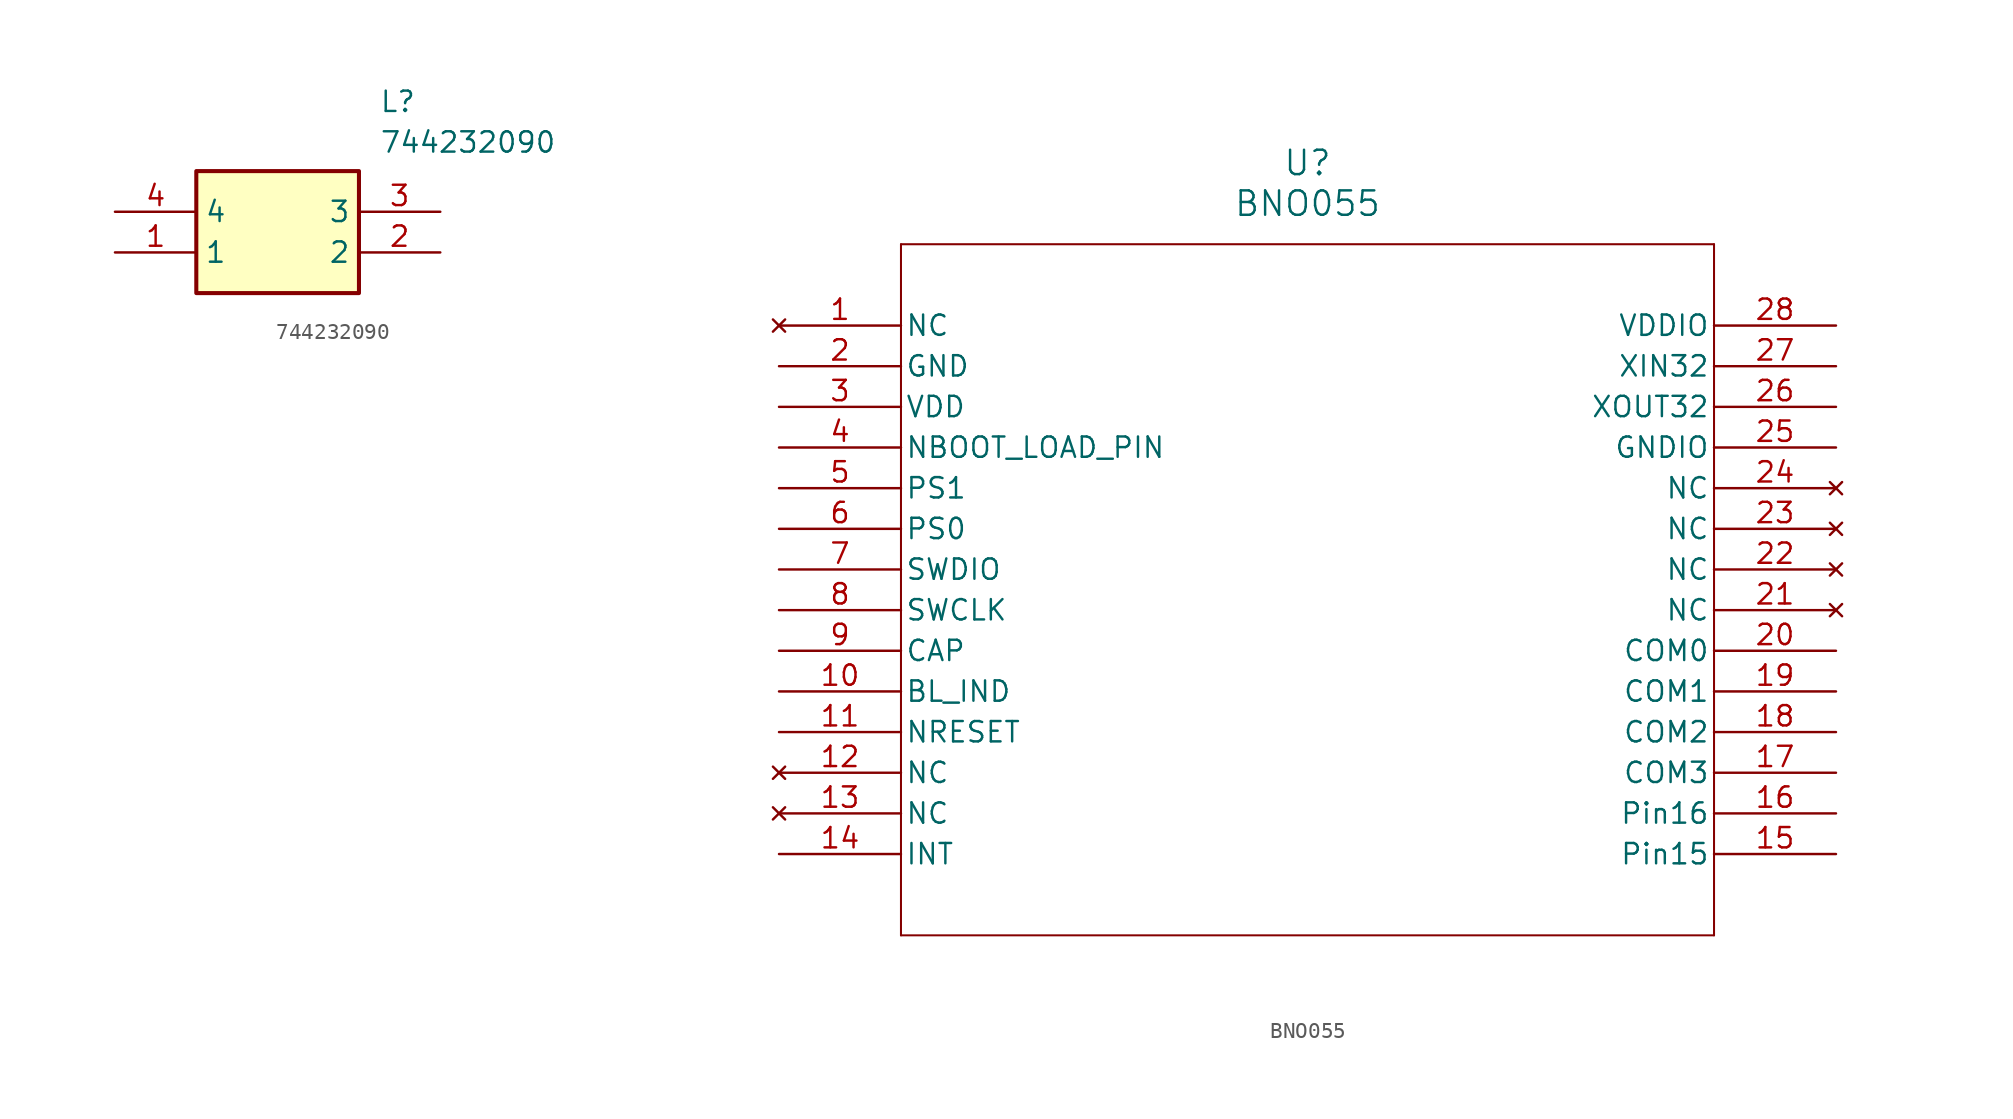
<source format=kicad_sym>
(kicad_symbol_lib
  (version 20220914)
  (generator kicad_symbol_editor)
  (symbol "744232090"
    (property "Reference" "L"
      (at 16.51 7.62 0)
      (effects (font (size 1.27 1.27)) (justify left top)))
    (property "Value" "744232090"
      (at 16.51 5.08 0)
      (effects (font (size 1.27 1.27)) (justify left top)))
    (symbol "744232090_1_1"
      (rectangle (start 5.08 2.54) (end 15.24 -5.08) (stroke (width 0.254) (type default)) (fill (type background)))
      (pin passive line (at 0 -2.54 0) (length 5.08) (name "1" (effects (font (size 1.27 1.27)))) (number "1" (effects (font (size 1.27 1.27)))))
      (pin passive line (at 20.32 -2.54 180) (length 5.08) (name "2" (effects (font (size 1.27 1.27)))) (number "2" (effects (font (size 1.27 1.27)))))
      (pin passive line (at 20.32 0 180) (length 5.08) (name "3" (effects (font (size 1.27 1.27)))) (number "3" (effects (font (size 1.27 1.27)))))
      (pin passive line (at 0 0 0) (length 5.08) (name "4" (effects (font (size 1.27 1.27)))) (number "4" (effects (font (size 1.27 1.27)))))))
  (symbol "BNO055"
    (pin_names
      (offset 0.254))
    (property "Reference" "U"
      (at 33.02 10.16 0)
      (effects (font (size 1.524 1.524))))
    (property "Value" "BNO055"
      (at 33.02 7.62 0)
      (effects (font (size 1.524 1.524))))
    (property "ki_locked" ""
      (at 0 0 0)
      (effects (font (size 1.27 1.27))))
    (symbol "BNO055_0_1"
      (polyline (pts (xy 7.62 -38.1) (xy 58.42 -38.1)) (stroke (width 0.127) (type default)) (fill (type none)))
      (polyline (pts (xy 7.62 5.08) (xy 7.62 -38.1)) (stroke (width 0.127) (type default)) (fill (type none)))
      (polyline (pts (xy 58.42 -38.1) (xy 58.42 5.08)) (stroke (width 0.127) (type default)) (fill (type none)))
      (polyline (pts (xy 58.42 5.08) (xy 7.62 5.08)) (stroke (width 0.127) (type default)) (fill (type none)))
      (pin no_connect line (at 0 0 0) (length 7.62) (name "NC" (effects (font (size 1.27 1.27)))) (number "1" (effects (font (size 1.27 1.27)))))
      (pin output line (at 0 -22.86 0) (length 7.62) (name "BL_IND" (effects (font (size 1.27 1.27)))) (number "10" (effects (font (size 1.27 1.27)))))
      (pin unspecified line (at 0 -25.4 0) (length 7.62) (name "NRESET" (effects (font (size 1.27 1.27)))) (number "11" (effects (font (size 1.27 1.27)))))
      (pin no_connect line (at 0 -27.94 0) (length 7.62) (name "NC" (effects (font (size 1.27 1.27)))) (number "12" (effects (font (size 1.27 1.27)))))
      (pin no_connect line (at 0 -30.48 0) (length 7.62) (name "NC" (effects (font (size 1.27 1.27)))) (number "13" (effects (font (size 1.27 1.27)))))
      (pin output line (at 0 -33.02 0) (length 7.62) (name "INT" (effects (font (size 1.27 1.27)))) (number "14" (effects (font (size 1.27 1.27)))))
      (pin input line (at 66.04 -27.94 180) (length 7.62) (name "COM3" (effects (font (size 1.27 1.27)))) (number "17" (effects (font (size 1.27 1.27)))))
      (pin bidirectional line (at 66.04 -25.4 180) (length 7.62) (name "COM2" (effects (font (size 1.27 1.27)))) (number "18" (effects (font (size 1.27 1.27)))))
      (pin bidirectional line (at 66.04 -22.86 180) (length 7.62) (name "COM1" (effects (font (size 1.27 1.27)))) (number "19" (effects (font (size 1.27 1.27)))))
      (pin power_out line (at 0 -2.54 0) (length 7.62) (name "GND" (effects (font (size 1.27 1.27)))) (number "2" (effects (font (size 1.27 1.27)))))
      (pin bidirectional line (at 66.04 -20.32 180) (length 7.62) (name "COM0" (effects (font (size 1.27 1.27)))) (number "20" (effects (font (size 1.27 1.27)))))
      (pin no_connect line (at 66.04 -17.78 180) (length 7.62) (name "NC" (effects (font (size 1.27 1.27)))) (number "21" (effects (font (size 1.27 1.27)))))
      (pin no_connect line (at 66.04 -15.24 180) (length 7.62) (name "NC" (effects (font (size 1.27 1.27)))) (number "22" (effects (font (size 1.27 1.27)))))
      (pin no_connect line (at 66.04 -12.7 180) (length 7.62) (name "NC" (effects (font (size 1.27 1.27)))) (number "23" (effects (font (size 1.27 1.27)))))
      (pin no_connect line (at 66.04 -10.16 180) (length 7.62) (name "NC" (effects (font (size 1.27 1.27)))) (number "24" (effects (font (size 1.27 1.27)))))
      (pin output line (at 66.04 -5.08 180) (length 7.62) (name "XOUT32" (effects (font (size 1.27 1.27)))) (number "26" (effects (font (size 1.27 1.27)))))
      (pin input line (at 66.04 -2.54 180) (length 7.62) (name "XIN32" (effects (font (size 1.27 1.27)))) (number "27" (effects (font (size 1.27 1.27)))))
      (pin power_in line (at 66.04 0 180) (length 7.62) (name "VDDIO" (effects (font (size 1.27 1.27)))) (number "28" (effects (font (size 1.27 1.27)))))
      (pin power_in line (at 0 -5.08 0) (length 7.62) (name "VDD" (effects (font (size 1.27 1.27)))) (number "3" (effects (font (size 1.27 1.27)))))
      (pin input line (at 0 -7.62 0) (length 7.62) (name "NBOOT_LOAD_PIN" (effects (font (size 1.27 1.27)))) (number "4" (effects (font (size 1.27 1.27)))))
      (pin input line (at 0 -10.16 0) (length 7.62) (name "PS1" (effects (font (size 1.27 1.27)))) (number "5" (effects (font (size 1.27 1.27)))))
      (pin input line (at 0 -12.7 0) (length 7.62) (name "PS0" (effects (font (size 1.27 1.27)))) (number "6" (effects (font (size 1.27 1.27)))))
      (pin bidirectional line (at 0 -15.24 0) (length 7.62) (name "SWDIO" (effects (font (size 1.27 1.27)))) (number "7" (effects (font (size 1.27 1.27)))))
      (pin input line (at 0 -17.78 0) (length 7.62) (name "SWCLK" (effects (font (size 1.27 1.27)))) (number "8" (effects (font (size 1.27 1.27)))))
      (pin unspecified line (at 0 -20.32 0) (length 7.62) (name "CAP" (effects (font (size 1.27 1.27)))) (number "9" (effects (font (size 1.27 1.27))))))
    (symbol "BNO055_1_1"
      (pin power_out line (at 66.04 -33.02 180) (length 7.62) (name "Pin15" (effects (font (size 1.27 1.27)))) (number "15" (effects (font (size 1.27 1.27)))))
      (pin power_out line (at 66.04 -30.48 180) (length 7.62) (name "Pin16" (effects (font (size 1.27 1.27)))) (number "16" (effects (font (size 1.27 1.27)))))
      (pin power_out line (at 66.04 -7.62 180) (length 7.62) (name "GNDIO" (effects (font (size 1.27 1.27)))) (number "25" (effects (font (size 1.27 1.27))))))))
</source>
